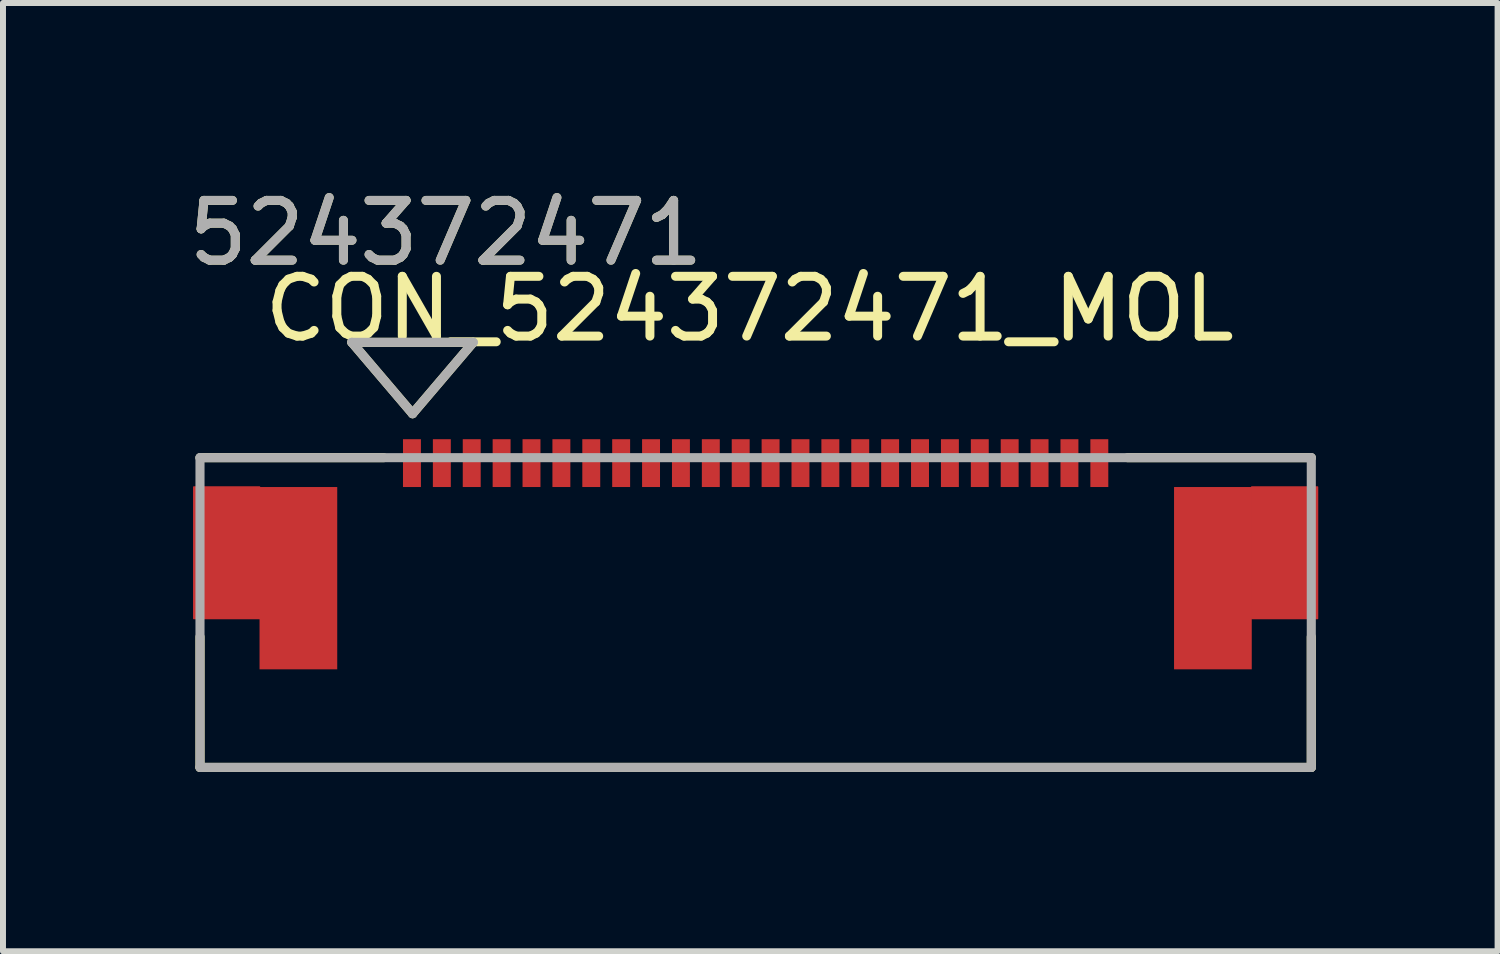
<source format=kicad_pcb>
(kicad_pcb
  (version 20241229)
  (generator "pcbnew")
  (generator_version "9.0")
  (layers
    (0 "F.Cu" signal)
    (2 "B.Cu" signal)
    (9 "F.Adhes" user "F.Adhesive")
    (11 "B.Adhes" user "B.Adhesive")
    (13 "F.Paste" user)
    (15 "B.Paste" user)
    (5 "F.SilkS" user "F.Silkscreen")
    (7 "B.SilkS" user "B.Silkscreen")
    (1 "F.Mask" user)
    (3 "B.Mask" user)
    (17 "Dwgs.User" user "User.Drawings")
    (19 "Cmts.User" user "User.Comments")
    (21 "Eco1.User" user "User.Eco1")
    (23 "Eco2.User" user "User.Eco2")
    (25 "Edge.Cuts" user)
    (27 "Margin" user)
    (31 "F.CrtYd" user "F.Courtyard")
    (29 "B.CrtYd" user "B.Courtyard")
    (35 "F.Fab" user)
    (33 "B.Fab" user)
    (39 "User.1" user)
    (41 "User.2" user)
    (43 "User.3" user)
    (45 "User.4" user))
  (footprint "CON_524372471_MOL"
    (layer "F.Cu")
    (at 9.592 7.198)
    (property "Reference" "CON_524372471_MOL" (at -0.102 -5.08 0) (layer "F.SilkS") (effects (font (size 1 1) (thickness 0.15))))
    (attr smd)
    (fp_poly (pts (xy -8.3 -2.1) (xy -9.4 -2.1) (xy -9.4 0.1) (xy -8.3 0.1)) (stroke (width 0.025) (type solid)) (fill yes) (layer "F.Cu"))
    (fp_poly (pts (xy 8.3 -2.1) (xy 9.4 -2.1) (xy 9.4 0.1) (xy 8.3 0.1)) (stroke (width 0.025) (type solid)) (fill yes) (layer "F.Cu"))
    (fp_poly (pts (xy -8.3 -2.1) (xy -9.4 -2.1) (xy -9.4 0.1) (xy -8.3 0.1)) (stroke (width 0.025) (type solid)) (fill yes) (layer "F.Mask"))
    (fp_poly (pts (xy 8.3 -2.1) (xy 9.4 -2.1) (xy 9.4 0.1) (xy 8.3 0.1)) (stroke (width 0.025) (type solid)) (fill yes) (layer "F.Mask"))
    (fp_line (start -9.296 0.406) (end -9.296 2.591) (stroke (width 0.152) (type solid)) (layer "F.SilkS"))
    (fp_line (start -9.296 2.591) (end 9.296 2.591) (stroke (width 0.152) (type solid)) (layer "F.SilkS"))
    (fp_line (start -6.756 -4.521) (end -5.74 -3.327) (stroke (width 0.152) (type solid)) (layer "F.SilkS"))
    (fp_line (start -6.756 -4.521) (end -4.724 -4.521) (stroke (width 0.152) (type solid)) (layer "F.SilkS"))
    (fp_line (start -6.223 -2.591) (end -9.296 -2.591) (stroke (width 0.152) (type solid)) (layer "F.SilkS"))
    (fp_line (start -4.724 -4.521) (end -5.74 -3.327) (stroke (width 0.152) (type solid)) (layer "F.SilkS"))
    (fp_line (start 9.296 -2.591) (end 6.223 -2.591) (stroke (width 0.152) (type solid)) (layer "F.SilkS"))
    (fp_line (start 9.296 2.591) (end 9.296 0.406) (stroke (width 0.152) (type solid)) (layer "F.SilkS"))
    (fp_poly (pts (xy -8.3 -2.1) (xy -9.4 -2.1) (xy -9.4 0.1) (xy -8.3 0.1)) (stroke (width 0.025) (type solid)) (fill yes) (layer "F.Paste"))
    (fp_poly (pts (xy 8.3 -2.1) (xy 9.4 -2.1) (xy 9.4 0.1) (xy 8.3 0.1)) (stroke (width 0.025) (type solid)) (fill yes) (layer "F.Paste"))
    (fp_line (start -9.296 -2.591) (end -9.296 2.591) (stroke (width 0.152) (type solid)) (layer "F.Fab"))
    (fp_line (start -9.296 2.591) (end 9.296 2.591) (stroke (width 0.152) (type solid)) (layer "F.Fab"))
    (fp_line (start -6.756 -4.521) (end -5.74 -3.327) (stroke (width 0.152) (type solid)) (layer "F.Fab"))
    (fp_line (start -6.756 -4.521) (end -4.724 -4.521) (stroke (width 0.152) (type solid)) (layer "F.Fab"))
    (fp_line (start -4.724 -4.521) (end -5.74 -3.327) (stroke (width 0.152) (type solid)) (layer "F.Fab"))
    (fp_line (start 9.296 -2.591) (end -9.296 -2.591) (stroke (width 0.152) (type solid)) (layer "F.Fab"))
    (fp_line (start 9.296 2.591) (end 9.296 -2.591) (stroke (width 0.152) (type solid)) (layer "F.Fab"))
    (fp_text user "524372471" (at -5.182 -6.35 0) (layer "F.SilkS") (effects (font (size 1 1) (thickness 0.15))))
    (fp_text user "524372471" (at -5.182 -6.35 0) (layer "F.Fab") (effects (font (size 1 1) (thickness 0.15))))
    (pad "1" smd rect (at -5.75 -2.5) (size 0.3 0.8) (layers "F.Cu" "F.Mask" "F.Paste"))
    (pad "2" smd rect (at -5.25 -2.5) (size 0.3 0.8) (layers "F.Cu" "F.Mask" "F.Paste"))
    (pad "3" smd rect (at -4.75 -2.5) (size 0.3 0.8) (layers "F.Cu" "F.Mask" "F.Paste"))
    (pad "4" smd rect (at -4.25 -2.5) (size 0.3 0.8) (layers "F.Cu" "F.Mask" "F.Paste"))
    (pad "5" smd rect (at -3.75 -2.5) (size 0.3 0.8) (layers "F.Cu" "F.Mask" "F.Paste"))
    (pad "6" smd rect (at -3.25 -2.5) (size 0.3 0.8) (layers "F.Cu" "F.Mask" "F.Paste"))
    (pad "7" smd rect (at -2.75 -2.5) (size 0.3 0.8) (layers "F.Cu" "F.Mask" "F.Paste"))
    (pad "8" smd rect (at -2.25 -2.5) (size 0.3 0.8) (layers "F.Cu" "F.Mask" "F.Paste"))
    (pad "9" smd rect (at -1.75 -2.5) (size 0.3 0.8) (layers "F.Cu" "F.Mask" "F.Paste"))
    (pad "10" smd rect (at -1.25 -2.5) (size 0.3 0.8) (layers "F.Cu" "F.Mask" "F.Paste"))
    (pad "11" smd rect (at -0.75 -2.5) (size 0.3 0.8) (layers "F.Cu" "F.Mask" "F.Paste"))
    (pad "12" smd rect (at -0.25 -2.5) (size 0.3 0.8) (layers "F.Cu" "F.Mask" "F.Paste"))
    (pad "13" smd rect (at 0.25 -2.5) (size 0.3 0.8) (layers "F.Cu" "F.Mask" "F.Paste"))
    (pad "14" smd rect (at 0.75 -2.5) (size 0.3 0.8) (layers "F.Cu" "F.Mask" "F.Paste"))
    (pad "15" smd rect (at 1.25 -2.5) (size 0.3 0.8) (layers "F.Cu" "F.Mask" "F.Paste"))
    (pad "16" smd rect (at 1.75 -2.5) (size 0.3 0.8) (layers "F.Cu" "F.Mask" "F.Paste"))
    (pad "17" smd rect (at 2.25 -2.5) (size 0.3 0.8) (layers "F.Cu" "F.Mask" "F.Paste"))
    (pad "18" smd rect (at 2.75 -2.5) (size 0.3 0.8) (layers "F.Cu" "F.Mask" "F.Paste"))
    (pad "19" smd rect (at 3.25 -2.5) (size 0.3 0.8) (layers "F.Cu" "F.Mask" "F.Paste"))
    (pad "20" smd rect (at 3.75 -2.5) (size 0.3 0.8) (layers "F.Cu" "F.Mask" "F.Paste"))
    (pad "21" smd rect (at 4.25 -2.5) (size 0.3 0.8) (layers "F.Cu" "F.Mask" "F.Paste"))
    (pad "22" smd rect (at 4.75 -2.5) (size 0.3 0.8) (layers "F.Cu" "F.Mask" "F.Paste"))
    (pad "23" smd rect (at 5.25 -2.5) (size 0.3 0.8) (layers "F.Cu" "F.Mask" "F.Paste"))
    (pad "24" smd rect (at 5.75 -2.5) (size 0.3 0.8) (layers "F.Cu" "F.Mask" "F.Paste"))
    (pad "P1" smd rect (at -7.65 -0.575) (size 1.3 3.05) (layers "F.Cu" "F.Mask" "F.Paste"))
    (pad "P2" smd rect (at 7.65 -0.575) (size 1.3 3.05) (layers "F.Cu" "F.Mask" "F.Paste")))
  (gr_rect
    (start -3 -3)
    (end 22.005 12.865)
    (stroke (width 0.1) (type default))
    (fill no)
    (layer "Edge.Cuts")))
</source>
